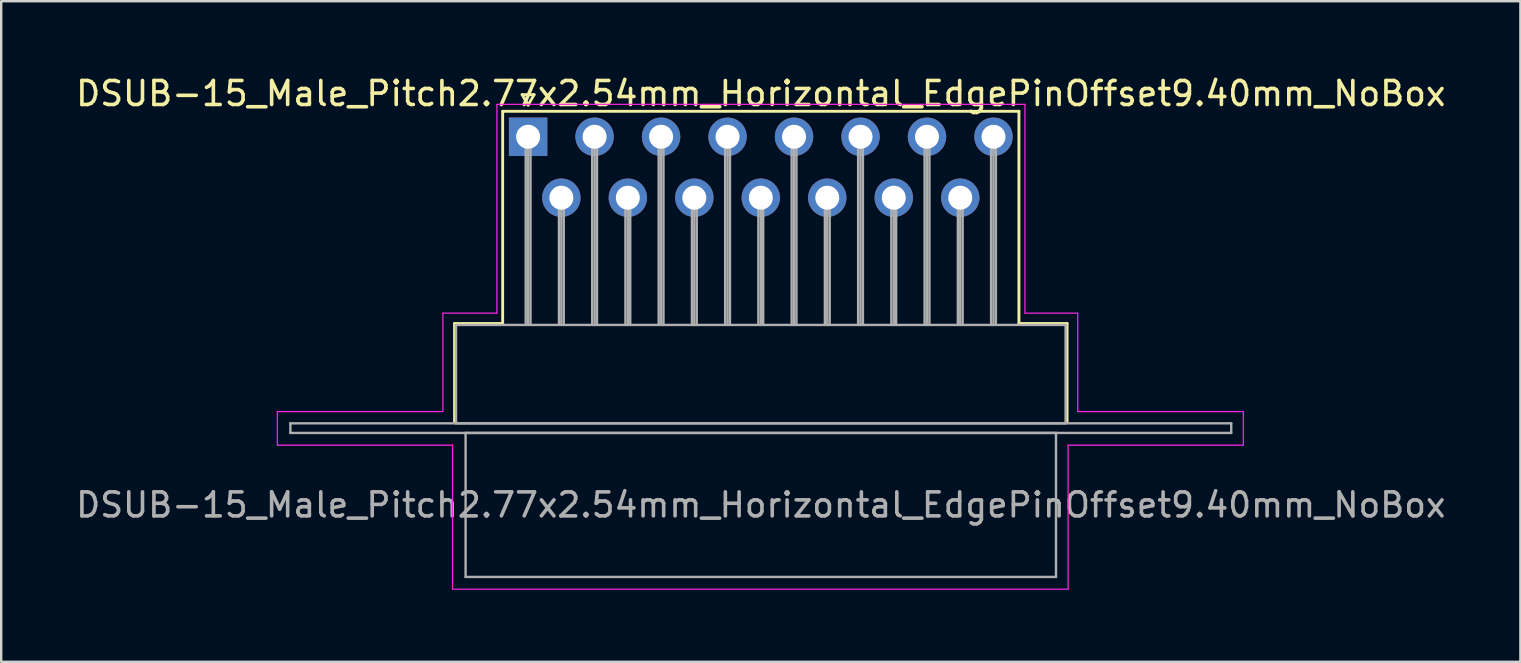
<source format=kicad_pcb>
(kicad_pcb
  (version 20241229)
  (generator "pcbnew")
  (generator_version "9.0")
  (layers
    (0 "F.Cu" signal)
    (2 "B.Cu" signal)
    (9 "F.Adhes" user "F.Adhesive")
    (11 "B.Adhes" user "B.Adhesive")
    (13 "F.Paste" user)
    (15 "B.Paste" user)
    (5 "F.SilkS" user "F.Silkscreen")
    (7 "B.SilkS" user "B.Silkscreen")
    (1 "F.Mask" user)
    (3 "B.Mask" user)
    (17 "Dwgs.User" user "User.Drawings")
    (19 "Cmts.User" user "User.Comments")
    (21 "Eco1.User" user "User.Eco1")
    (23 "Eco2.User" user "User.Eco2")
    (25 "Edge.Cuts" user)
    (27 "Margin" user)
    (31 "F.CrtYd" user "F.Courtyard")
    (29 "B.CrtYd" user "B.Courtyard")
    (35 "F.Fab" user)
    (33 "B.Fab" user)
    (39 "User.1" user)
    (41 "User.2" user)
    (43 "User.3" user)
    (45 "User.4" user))
  (footprint "DSUB-15_Male_Pitch2.77x2.54mm_Horizontal_EdgePinOffset9.40mm_NoBox"
    (layer "F.Cu")
    (at 18.954 2.648)
    (property "Reference" "DSUB-15_Male_Pitch2.77x2.54mm_Horizontal_EdgePinOffset9.40mm_NoBox" (at 9.695 -1.8 0) (layer "F.SilkS") (effects (font (size 1 1) (thickness 0.15))))
    (attr through_hole)
    (fp_line (start -3.065 7.78) (end -1.06 7.78) (stroke (width 0.12) (type solid)) (layer "F.SilkS"))
    (fp_line (start -3.065 11.88) (end -3.065 7.78) (stroke (width 0.12) (type solid)) (layer "F.SilkS"))
    (fp_line (start -1.06 -1.06) (end 20.45 -1.06) (stroke (width 0.12) (type solid)) (layer "F.SilkS"))
    (fp_line (start -1.06 7.78) (end -1.06 -1.06) (stroke (width 0.12) (type solid)) (layer "F.SilkS"))
    (fp_line (start -0.25 -1.754) (end 0.25 -1.754) (stroke (width 0.12) (type solid)) (layer "F.SilkS"))
    (fp_line (start 0 -1.321) (end -0.25 -1.754) (stroke (width 0.12) (type solid)) (layer "F.SilkS"))
    (fp_line (start 0.25 -1.754) (end 0 -1.321) (stroke (width 0.12) (type solid)) (layer "F.SilkS"))
    (fp_line (start 20.45 -1.06) (end 20.45 7.78) (stroke (width 0.12) (type solid)) (layer "F.SilkS"))
    (fp_line (start 20.45 7.78) (end 22.455 7.78) (stroke (width 0.12) (type solid)) (layer "F.SilkS"))
    (fp_line (start 22.455 7.78) (end 22.455 11.88) (stroke (width 0.12) (type solid)) (layer "F.SilkS"))
    (fp_line (start -10.45 11.45) (end -3.55 11.45) (stroke (width 0.05) (type solid)) (layer "F.CrtYd"))
    (fp_line (start -10.45 12.85) (end -10.45 11.45) (stroke (width 0.05) (type solid)) (layer "F.CrtYd"))
    (fp_line (start -3.55 7.35) (end -1.3 7.35) (stroke (width 0.05) (type solid)) (layer "F.CrtYd"))
    (fp_line (start -3.55 11.45) (end -3.55 7.35) (stroke (width 0.05) (type solid)) (layer "F.CrtYd"))
    (fp_line (start -3.15 12.85) (end -10.45 12.85) (stroke (width 0.05) (type solid)) (layer "F.CrtYd"))
    (fp_line (start -3.15 18.85) (end -3.15 12.85) (stroke (width 0.05) (type solid)) (layer "F.CrtYd"))
    (fp_line (start -1.3 -1.35) (end 20.7 -1.35) (stroke (width 0.05) (type solid)) (layer "F.CrtYd"))
    (fp_line (start -1.3 7.35) (end -1.3 -1.35) (stroke (width 0.05) (type solid)) (layer "F.CrtYd"))
    (fp_line (start 20.7 -1.35) (end 20.7 7.35) (stroke (width 0.05) (type solid)) (layer "F.CrtYd"))
    (fp_line (start 20.7 7.35) (end 22.9 7.35) (stroke (width 0.05) (type solid)) (layer "F.CrtYd"))
    (fp_line (start 22.5 12.85) (end 22.5 18.85) (stroke (width 0.05) (type solid)) (layer "F.CrtYd"))
    (fp_line (start 22.5 18.85) (end -3.15 18.85) (stroke (width 0.05) (type solid)) (layer "F.CrtYd"))
    (fp_line (start 22.9 7.35) (end 22.9 11.45) (stroke (width 0.05) (type solid)) (layer "F.CrtYd"))
    (fp_line (start 22.9 11.45) (end 29.8 11.45) (stroke (width 0.05) (type solid)) (layer "F.CrtYd"))
    (fp_line (start 29.8 11.45) (end 29.8 12.85) (stroke (width 0.05) (type solid)) (layer "F.CrtYd"))
    (fp_line (start 29.8 12.85) (end 22.5 12.85) (stroke (width 0.05) (type solid)) (layer "F.CrtYd"))
    (fp_line (start -9.905 11.94) (end -9.905 12.34) (stroke (width 0.1) (type solid)) (layer "F.Fab"))
    (fp_line (start -9.905 12.34) (end 29.295 12.34) (stroke (width 0.1) (type solid)) (layer "F.Fab"))
    (fp_line (start -3.005 7.84) (end -3.005 11.94) (stroke (width 0.1) (type solid)) (layer "F.Fab"))
    (fp_line (start -3.005 11.94) (end 22.395 11.94) (stroke (width 0.1) (type solid)) (layer "F.Fab"))
    (fp_line (start -2.605 12.34) (end -2.605 18.34) (stroke (width 0.1) (type solid)) (layer "F.Fab"))
    (fp_line (start -2.605 18.34) (end 21.995 18.34) (stroke (width 0.1) (type solid)) (layer "F.Fab"))
    (fp_line (start -0.1 0) (end -0.1 7.84) (stroke (width 0.1) (type solid)) (layer "F.Fab"))
    (fp_line (start 0 0) (end 0 7.84) (stroke (width 0.1) (type solid)) (layer "F.Fab"))
    (fp_line (start 0.1 0) (end 0.1 7.84) (stroke (width 0.1) (type solid)) (layer "F.Fab"))
    (fp_line (start 1.285 2.54) (end 1.285 7.84) (stroke (width 0.1) (type solid)) (layer "F.Fab"))
    (fp_line (start 1.385 2.54) (end 1.385 7.84) (stroke (width 0.1) (type solid)) (layer "F.Fab"))
    (fp_line (start 1.485 2.54) (end 1.485 7.84) (stroke (width 0.1) (type solid)) (layer "F.Fab"))
    (fp_line (start 2.67 0) (end 2.67 7.84) (stroke (width 0.1) (type solid)) (layer "F.Fab"))
    (fp_line (start 2.77 0) (end 2.77 7.84) (stroke (width 0.1) (type solid)) (layer "F.Fab"))
    (fp_line (start 2.87 0) (end 2.87 7.84) (stroke (width 0.1) (type solid)) (layer "F.Fab"))
    (fp_line (start 4.055 2.54) (end 4.055 7.84) (stroke (width 0.1) (type solid)) (layer "F.Fab"))
    (fp_line (start 4.155 2.54) (end 4.155 7.84) (stroke (width 0.1) (type solid)) (layer "F.Fab"))
    (fp_line (start 4.255 2.54) (end 4.255 7.84) (stroke (width 0.1) (type solid)) (layer "F.Fab"))
    (fp_line (start 5.44 0) (end 5.44 7.84) (stroke (width 0.1) (type solid)) (layer "F.Fab"))
    (fp_line (start 5.54 0) (end 5.54 7.84) (stroke (width 0.1) (type solid)) (layer "F.Fab"))
    (fp_line (start 5.64 0) (end 5.64 7.84) (stroke (width 0.1) (type solid)) (layer "F.Fab"))
    (fp_line (start 6.825 2.54) (end 6.825 7.84) (stroke (width 0.1) (type solid)) (layer "F.Fab"))
    (fp_line (start 6.925 2.54) (end 6.925 7.84) (stroke (width 0.1) (type solid)) (layer "F.Fab"))
    (fp_line (start 7.025 2.54) (end 7.025 7.84) (stroke (width 0.1) (type solid)) (layer "F.Fab"))
    (fp_line (start 8.21 0) (end 8.21 7.84) (stroke (width 0.1) (type solid)) (layer "F.Fab"))
    (fp_line (start 8.31 0) (end 8.31 7.84) (stroke (width 0.1) (type solid)) (layer "F.Fab"))
    (fp_line (start 8.41 0) (end 8.41 7.84) (stroke (width 0.1) (type solid)) (layer "F.Fab"))
    (fp_line (start 9.595 2.54) (end 9.595 7.84) (stroke (width 0.1) (type solid)) (layer "F.Fab"))
    (fp_line (start 9.695 2.54) (end 9.695 7.84) (stroke (width 0.1) (type solid)) (layer "F.Fab"))
    (fp_line (start 9.795 2.54) (end 9.795 7.84) (stroke (width 0.1) (type solid)) (layer "F.Fab"))
    (fp_line (start 10.98 0) (end 10.98 7.84) (stroke (width 0.1) (type solid)) (layer "F.Fab"))
    (fp_line (start 11.08 0) (end 11.08 7.84) (stroke (width 0.1) (type solid)) (layer "F.Fab"))
    (fp_line (start 11.18 0) (end 11.18 7.84) (stroke (width 0.1) (type solid)) (layer "F.Fab"))
    (fp_line (start 12.365 2.54) (end 12.365 7.84) (stroke (width 0.1) (type solid)) (layer "F.Fab"))
    (fp_line (start 12.465 2.54) (end 12.465 7.84) (stroke (width 0.1) (type solid)) (layer "F.Fab"))
    (fp_line (start 12.565 2.54) (end 12.565 7.84) (stroke (width 0.1) (type solid)) (layer "F.Fab"))
    (fp_line (start 13.75 0) (end 13.75 7.84) (stroke (width 0.1) (type solid)) (layer "F.Fab"))
    (fp_line (start 13.85 0) (end 13.85 7.84) (stroke (width 0.1) (type solid)) (layer "F.Fab"))
    (fp_line (start 13.95 0) (end 13.95 7.84) (stroke (width 0.1) (type solid)) (layer "F.Fab"))
    (fp_line (start 15.135 2.54) (end 15.135 7.84) (stroke (width 0.1) (type solid)) (layer "F.Fab"))
    (fp_line (start 15.235 2.54) (end 15.235 7.84) (stroke (width 0.1) (type solid)) (layer "F.Fab"))
    (fp_line (start 15.335 2.54) (end 15.335 7.84) (stroke (width 0.1) (type solid)) (layer "F.Fab"))
    (fp_line (start 16.52 0) (end 16.52 7.84) (stroke (width 0.1) (type solid)) (layer "F.Fab"))
    (fp_line (start 16.62 0) (end 16.62 7.84) (stroke (width 0.1) (type solid)) (layer "F.Fab"))
    (fp_line (start 16.72 0) (end 16.72 7.84) (stroke (width 0.1) (type solid)) (layer "F.Fab"))
    (fp_line (start 17.905 2.54) (end 17.905 7.84) (stroke (width 0.1) (type solid)) (layer "F.Fab"))
    (fp_line (start 18.005 2.54) (end 18.005 7.84) (stroke (width 0.1) (type solid)) (layer "F.Fab"))
    (fp_line (start 18.105 2.54) (end 18.105 7.84) (stroke (width 0.1) (type solid)) (layer "F.Fab"))
    (fp_line (start 19.29 0) (end 19.29 7.84) (stroke (width 0.1) (type solid)) (layer "F.Fab"))
    (fp_line (start 19.39 0) (end 19.39 7.84) (stroke (width 0.1) (type solid)) (layer "F.Fab"))
    (fp_line (start 19.49 0) (end 19.49 7.84) (stroke (width 0.1) (type solid)) (layer "F.Fab"))
    (fp_line (start 21.995 12.34) (end -2.605 12.34) (stroke (width 0.1) (type solid)) (layer "F.Fab"))
    (fp_line (start 21.995 18.34) (end 21.995 12.34) (stroke (width 0.1) (type solid)) (layer "F.Fab"))
    (fp_line (start 22.395 7.84) (end -3.005 7.84) (stroke (width 0.1) (type solid)) (layer "F.Fab"))
    (fp_line (start 22.395 11.94) (end 22.395 7.84) (stroke (width 0.1) (type solid)) (layer "F.Fab"))
    (fp_line (start 29.295 11.94) (end -9.905 11.94) (stroke (width 0.1) (type solid)) (layer "F.Fab"))
    (fp_line (start 29.295 12.34) (end 29.295 11.94) (stroke (width 0.1) (type solid)) (layer "F.Fab"))
    (fp_text user "${REFERENCE}" (at 9.695 15.34 0) (layer "F.Fab") (effects (font (size 1 1) (thickness 0.15))))
    (pad "1" thru_hole rect (at 0 0) (size 1.6 1.6) (drill 1) (layers "*.Cu" "*.Mask"))
    (pad "2" thru_hole circle (at 2.77 0) (size 1.6 1.6) (drill 1) (layers "*.Cu" "*.Mask"))
    (pad "3" thru_hole circle (at 5.54 0) (size 1.6 1.6) (drill 1) (layers "*.Cu" "*.Mask"))
    (pad "4" thru_hole circle (at 8.31 0) (size 1.6 1.6) (drill 1) (layers "*.Cu" "*.Mask"))
    (pad "5" thru_hole circle (at 11.08 0) (size 1.6 1.6) (drill 1) (layers "*.Cu" "*.Mask"))
    (pad "6" thru_hole circle (at 13.85 0) (size 1.6 1.6) (drill 1) (layers "*.Cu" "*.Mask"))
    (pad "7" thru_hole circle (at 16.62 0) (size 1.6 1.6) (drill 1) (layers "*.Cu" "*.Mask"))
    (pad "8" thru_hole circle (at 19.39 0) (size 1.6 1.6) (drill 1) (layers "*.Cu" "*.Mask"))
    (pad "9" thru_hole circle (at 1.385 2.54) (size 1.6 1.6) (drill 1) (layers "*.Cu" "*.Mask"))
    (pad "10" thru_hole circle (at 4.155 2.54) (size 1.6 1.6) (drill 1) (layers "*.Cu" "*.Mask"))
    (pad "11" thru_hole circle (at 6.925 2.54) (size 1.6 1.6) (drill 1) (layers "*.Cu" "*.Mask"))
    (pad "12" thru_hole circle (at 9.695 2.54) (size 1.6 1.6) (drill 1) (layers "*.Cu" "*.Mask"))
    (pad "13" thru_hole circle (at 12.465 2.54) (size 1.6 1.6) (drill 1) (layers "*.Cu" "*.Mask"))
    (pad "14" thru_hole circle (at 15.235 2.54) (size 1.6 1.6) (drill 1) (layers "*.Cu" "*.Mask"))
    (pad "15" thru_hole circle (at 18.005 2.54) (size 1.6 1.6) (drill 1) (layers "*.Cu" "*.Mask")))
  (gr_rect
    (start -3 -3)
    (end 60.298 24.523)
    (stroke (width 0.1) (type default))
    (fill no)
    (layer "Edge.Cuts")))
</source>
